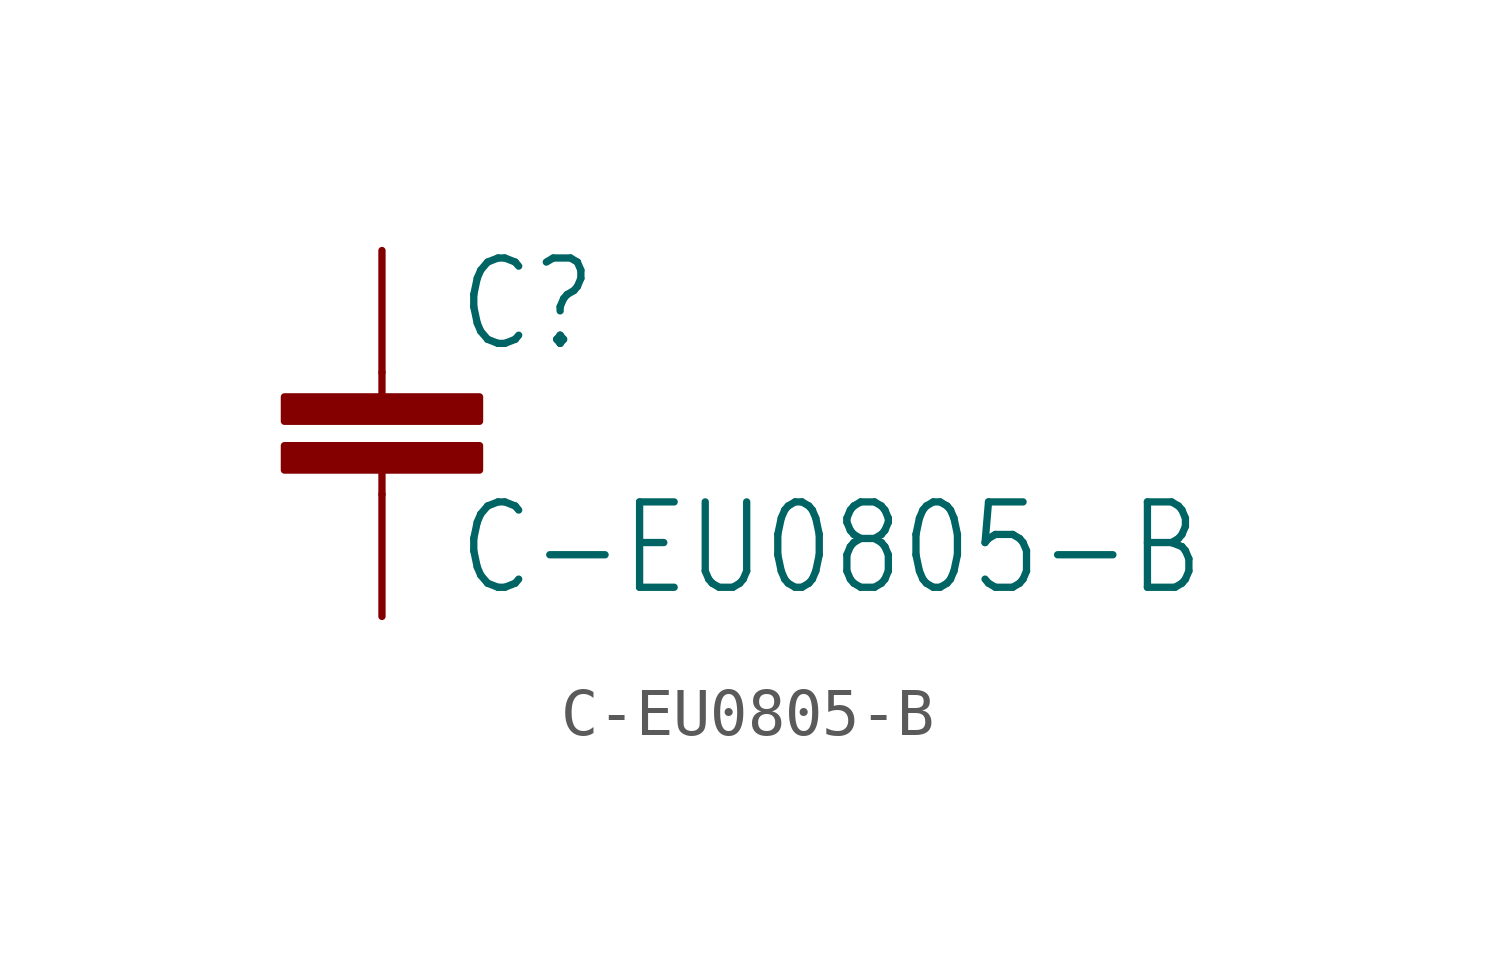
<source format=kicad_sym>
(kicad_symbol_lib
  (version 20211014)
  (generator kicad_symbol_editor)
  (symbol "C-EU0805-B"
    (property "Reference" "C"
      (at 1.524 0.381 0)
      (effects (font (size 1.778 1.511)) (justify left bottom)))
    (property "Value" "C-EU0805-B"
      (at 1.524 -4.699 0)
      (effects (font (size 1.778 1.511)) (justify left bottom)))
    (property "ki_locked" ""
      (at 0 0 0)
      (effects (font (size 1.27 1.27))))
    (symbol "C-EU0805-B_1_0"
      (rectangle (start -2.032 -2.032) (end 2.032 -1.524) (stroke (width 0) (type default) (color 0 0 0 0)) (fill (type outline)))
      (rectangle (start -2.032 -1.016) (end 2.032 -0.508) (stroke (width 0) (type default) (color 0 0 0 0)) (fill (type outline)))
      (polyline (pts (xy 0 -2.54) (xy 0 -2.032)) (stroke (width 0.152) (type default) (color 0 0 0 0)) (fill (type none)))
      (polyline (pts (xy 0 0) (xy 0 -0.508)) (stroke (width 0.152) (type default) (color 0 0 0 0)) (fill (type none)))
      (pin passive line (at 0 2.54 270) (length 2.54) (name "1" (effects (font (size 0 0)))) (number "1" (effects (font (size 0 0)))))
      (pin passive line (at 0 -5.08 90) (length 2.54) (name "2" (effects (font (size 0 0)))) (number "2" (effects (font (size 0 0))))))))
</source>
